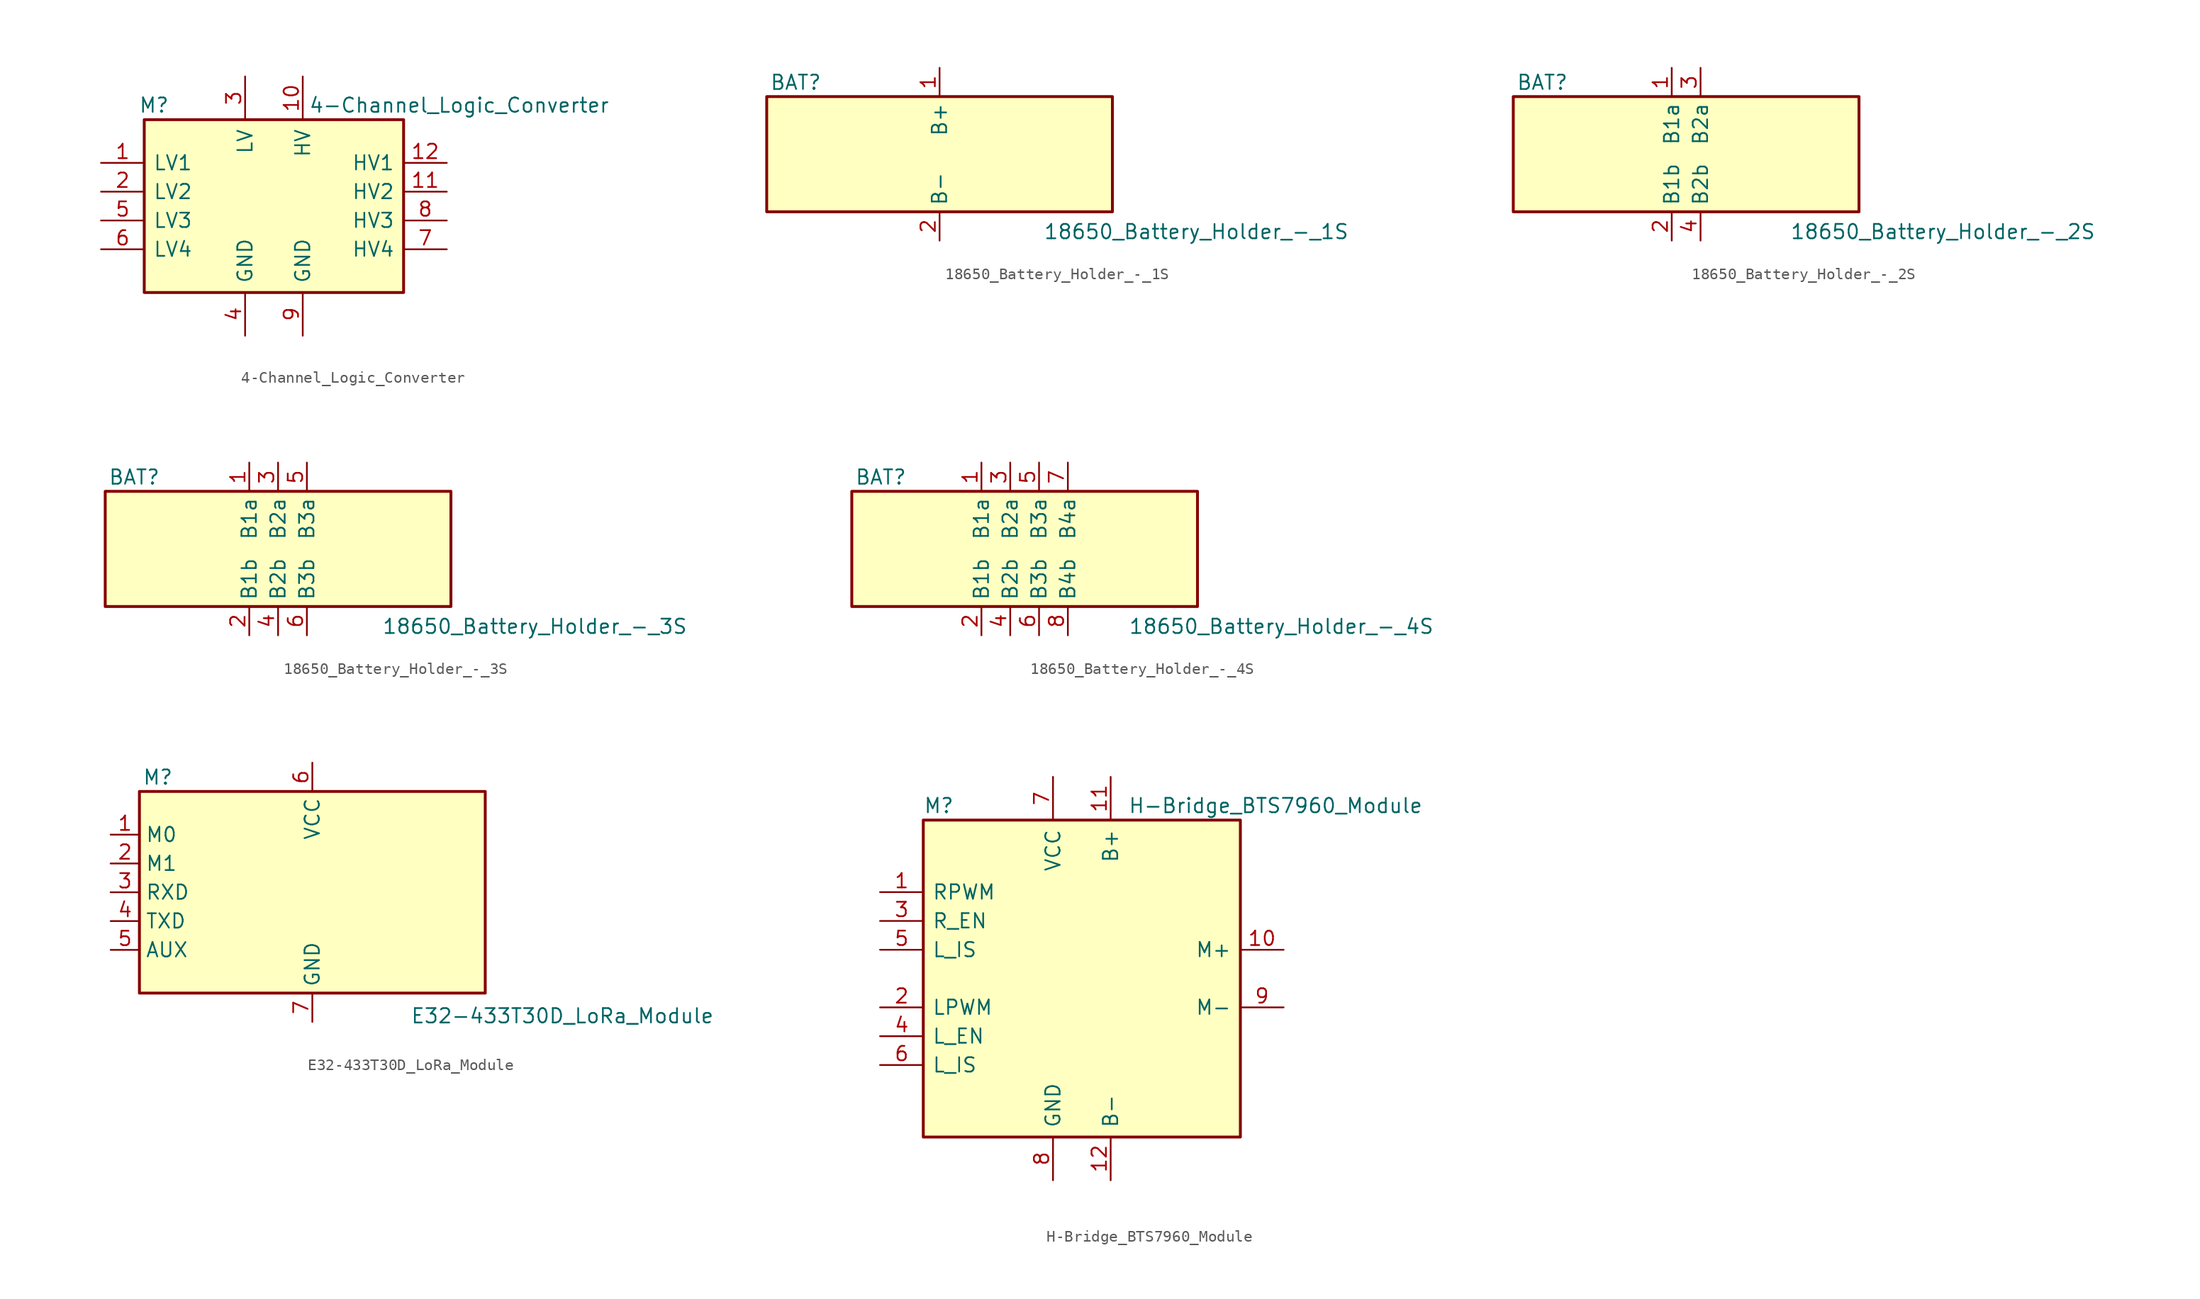
<source format=kicad_sym>
(kicad_symbol_lib
  (version 20241209)
  (generator "kicad_symbol_editor")
  (generator_version "9.0")
  (symbol "4-Channel_Logic_Converter"
    (pin_names
      (offset 0.762))
    (property "Reference" "M"
      (at -11.938 8.89 0)
      (effects (font (size 1.27 1.27)) (justify left)))
    (property "Value" "4-Channel_Logic_Converter"
      (at 3.048 8.89 0)
      (effects (font (size 1.27 1.27)) (justify left)))
    (symbol "4-Channel_Logic_Converter_0_1"
      (rectangle (start -11.43 7.62) (end 11.43 -7.62) (stroke (width 0.254) (type default)) (fill (type background))))
    (symbol "4-Channel_Logic_Converter_1_1"
      (pin bidirectional line (at -15.24 3.81 0) (length 3.81) (name "LV1" (effects (font (size 1.27 1.27)))) (number "1" (effects (font (size 1.27 1.27)))))
      (pin bidirectional line (at -15.24 1.27 0) (length 3.81) (name "LV2" (effects (font (size 1.27 1.27)))) (number "2" (effects (font (size 1.27 1.27)))))
      (pin bidirectional line (at -15.24 -1.27 0) (length 3.81) (name "LV3" (effects (font (size 1.27 1.27)))) (number "5" (effects (font (size 1.27 1.27)))))
      (pin bidirectional line (at -15.24 -3.81 0) (length 3.81) (name "LV4" (effects (font (size 1.27 1.27)))) (number "6" (effects (font (size 1.27 1.27)))))
      (pin power_in line (at -2.54 11.43 270) (length 3.81) (name "LV" (effects (font (size 1.27 1.27)))) (number "3" (effects (font (size 1.27 1.27)))))
      (pin power_in line (at -2.54 -11.43 90) (length 3.81) (name "GND" (effects (font (size 1.27 1.27)))) (number "4" (effects (font (size 1.27 1.27)))))
      (pin power_in line (at 2.54 11.43 270) (length 3.81) (name "HV" (effects (font (size 1.27 1.27)))) (number "10" (effects (font (size 1.27 1.27)))))
      (pin power_in line (at 2.54 -11.43 90) (length 3.81) (name "GND" (effects (font (size 1.27 1.27)))) (number "9" (effects (font (size 1.27 1.27)))))
      (pin bidirectional line (at 15.24 3.81 180) (length 3.81) (name "HV1" (effects (font (size 1.27 1.27)))) (number "12" (effects (font (size 1.27 1.27)))))
      (pin bidirectional line (at 15.24 1.27 180) (length 3.81) (name "HV2" (effects (font (size 1.27 1.27)))) (number "11" (effects (font (size 1.27 1.27)))))
      (pin bidirectional line (at 15.24 -1.27 180) (length 3.81) (name "HV3" (effects (font (size 1.27 1.27)))) (number "8" (effects (font (size 1.27 1.27)))))
      (pin bidirectional line (at 15.24 -3.81 180) (length 3.81) (name "HV4" (effects (font (size 1.27 1.27)))) (number "7" (effects (font (size 1.27 1.27)))))))
  (symbol "18650_Battery_Holder_-_1S"
    (property "Reference" "BAT"
      (at -14.986 5.588 0)
      (effects (font (size 1.27 1.27)) (justify left bottom)))
    (property "Value" "18650_Battery_Holder_-_1S"
      (at 9.144 -6.096 0)
      (effects (font (size 1.27 1.27)) (justify left top)))
    (symbol "18650_Battery_Holder_-_1S_0_1"
      (rectangle (start -15.24 5.08) (end 15.24 -5.08) (stroke (width 0.254) (type default)) (fill (type background))))
    (symbol "18650_Battery_Holder_-_1S_1_1"
      (pin power_in line (at 0 7.62 270) (length 2.54) (name "B+" (effects (font (size 1.27 1.27)))) (number "1" (effects (font (size 1.27 1.27)))))
      (pin power_in line (at 0 -7.62 90) (length 2.54) (name "B-" (effects (font (size 1.27 1.27)))) (number "2" (effects (font (size 1.27 1.27)))))))
  (symbol "18650_Battery_Holder_-_2S"
    (property "Reference" "BAT"
      (at -14.986 5.588 0)
      (effects (font (size 1.27 1.27)) (justify left bottom)))
    (property "Value" "18650_Battery_Holder_-_2S"
      (at 9.144 -6.096 0)
      (effects (font (size 1.27 1.27)) (justify left top)))
    (symbol "18650_Battery_Holder_-_2S_0_1"
      (rectangle (start -15.24 5.08) (end 15.24 -5.08) (stroke (width 0.254) (type default)) (fill (type background))))
    (symbol "18650_Battery_Holder_-_2S_1_1"
      (pin power_in line (at -1.27 7.62 270) (length 2.54) (name "B1a" (effects (font (size 1.27 1.27)))) (number "1" (effects (font (size 1.27 1.27)))))
      (pin power_in line (at -1.27 -7.62 90) (length 2.54) (name "B1b" (effects (font (size 1.27 1.27)))) (number "2" (effects (font (size 1.27 1.27)))))
      (pin power_in line (at 1.27 7.62 270) (length 2.54) (name "B2a" (effects (font (size 1.27 1.27)))) (number "3" (effects (font (size 1.27 1.27)))))
      (pin power_in line (at 1.27 -7.62 90) (length 2.54) (name "B2b" (effects (font (size 1.27 1.27)))) (number "4" (effects (font (size 1.27 1.27)))))))
  (symbol "18650_Battery_Holder_-_3S"
    (property "Reference" "BAT"
      (at -14.986 5.588 0)
      (effects (font (size 1.27 1.27)) (justify left bottom)))
    (property "Value" "18650_Battery_Holder_-_3S"
      (at 9.144 -6.096 0)
      (effects (font (size 1.27 1.27)) (justify left top)))
    (symbol "18650_Battery_Holder_-_3S_0_1"
      (rectangle (start -15.24 5.08) (end 15.24 -5.08) (stroke (width 0.254) (type default)) (fill (type background))))
    (symbol "18650_Battery_Holder_-_3S_1_1"
      (pin power_in line (at -2.54 7.62 270) (length 2.54) (name "B1a" (effects (font (size 1.27 1.27)))) (number "1" (effects (font (size 1.27 1.27)))))
      (pin power_in line (at -2.54 -7.62 90) (length 2.54) (name "B1b" (effects (font (size 1.27 1.27)))) (number "2" (effects (font (size 1.27 1.27)))))
      (pin power_in line (at 0 7.62 270) (length 2.54) (name "B2a" (effects (font (size 1.27 1.27)))) (number "3" (effects (font (size 1.27 1.27)))))
      (pin power_in line (at 0 -7.62 90) (length 2.54) (name "B2b" (effects (font (size 1.27 1.27)))) (number "4" (effects (font (size 1.27 1.27)))))
      (pin power_in line (at 2.54 7.62 270) (length 2.54) (name "B3a" (effects (font (size 1.27 1.27)))) (number "5" (effects (font (size 1.27 1.27)))))
      (pin power_in line (at 2.54 -7.62 90) (length 2.54) (name "B3b" (effects (font (size 1.27 1.27)))) (number "6" (effects (font (size 1.27 1.27)))))))
  (symbol "18650_Battery_Holder_-_4S"
    (property "Reference" "BAT"
      (at -14.986 5.588 0)
      (effects (font (size 1.27 1.27)) (justify left bottom)))
    (property "Value" "18650_Battery_Holder_-_4S"
      (at 9.144 -6.096 0)
      (effects (font (size 1.27 1.27)) (justify left top)))
    (symbol "18650_Battery_Holder_-_4S_0_1"
      (rectangle (start -15.24 5.08) (end 15.24 -5.08) (stroke (width 0.254) (type default)) (fill (type background))))
    (symbol "18650_Battery_Holder_-_4S_1_1"
      (pin power_in line (at -3.81 7.62 270) (length 2.54) (name "B1a" (effects (font (size 1.27 1.27)))) (number "1" (effects (font (size 1.27 1.27)))))
      (pin power_in line (at -3.81 -7.62 90) (length 2.54) (name "B1b" (effects (font (size 1.27 1.27)))) (number "2" (effects (font (size 1.27 1.27)))))
      (pin power_in line (at -1.27 7.62 270) (length 2.54) (name "B2a" (effects (font (size 1.27 1.27)))) (number "3" (effects (font (size 1.27 1.27)))))
      (pin power_in line (at -1.27 -7.62 90) (length 2.54) (name "B2b" (effects (font (size 1.27 1.27)))) (number "4" (effects (font (size 1.27 1.27)))))
      (pin power_in line (at 1.27 7.62 270) (length 2.54) (name "B3a" (effects (font (size 1.27 1.27)))) (number "5" (effects (font (size 1.27 1.27)))))
      (pin power_in line (at 1.27 -7.62 90) (length 2.54) (name "B3b" (effects (font (size 1.27 1.27)))) (number "6" (effects (font (size 1.27 1.27)))))
      (pin power_in line (at 3.81 7.62 270) (length 2.54) (name "B4a" (effects (font (size 1.27 1.27)))) (number "7" (effects (font (size 1.27 1.27)))))
      (pin power_in line (at 3.81 -7.62 90) (length 2.54) (name "B4b" (effects (font (size 1.27 1.27)))) (number "8" (effects (font (size 1.27 1.27)))))))
  (symbol "E32-433T30D_LoRa_Module"
    (property "Reference" "M"
      (at -14.986 9.398 0)
      (effects (font (size 1.27 1.27)) (justify left bottom)))
    (property "Value" "E32-433T30D_LoRa_Module"
      (at 8.636 -10.16 0)
      (effects (font (size 1.27 1.27)) (justify left top)))
    (symbol "E32-433T30D_LoRa_Module_0_1"
      (rectangle (start -15.24 8.89) (end 15.24 -8.89) (stroke (width 0.254) (type default)) (fill (type background))))
    (symbol "E32-433T30D_LoRa_Module_1_1"
      (pin bidirectional line (at -17.78 5.08 0) (length 2.54) (name "M0" (effects (font (size 1.27 1.27)))) (number "1" (effects (font (size 1.27 1.27)))))
      (pin bidirectional line (at -17.78 2.54 0) (length 2.54) (name "M1" (effects (font (size 1.27 1.27)))) (number "2" (effects (font (size 1.27 1.27)))))
      (pin bidirectional line (at -17.78 0 0) (length 2.54) (name "RXD" (effects (font (size 1.27 1.27)))) (number "3" (effects (font (size 1.27 1.27)))))
      (pin bidirectional line (at -17.78 -2.54 0) (length 2.54) (name "TXD" (effects (font (size 1.27 1.27)))) (number "4" (effects (font (size 1.27 1.27)))))
      (pin bidirectional line (at -17.78 -5.08 0) (length 2.54) (name "AUX" (effects (font (size 1.27 1.27)))) (number "5" (effects (font (size 1.27 1.27)))))
      (pin power_in line (at 0 11.43 270) (length 2.54) (name "VCC" (effects (font (size 1.27 1.27)))) (number "6" (effects (font (size 1.27 1.27)))))
      (pin power_in line (at 0 -11.43 90) (length 2.54) (name "GND" (effects (font (size 1.27 1.27)))) (number "7" (effects (font (size 1.27 1.27)))))))
  (symbol "H-Bridge_BTS7960_Module"
    (pin_names
      (offset 0.762))
    (property "Reference" "M"
      (at -13.97 15.24 0)
      (effects (font (size 1.27 1.27)) (justify left)))
    (property "Value" "H-Bridge_BTS7960_Module"
      (at 4.064 15.24 0)
      (effects (font (size 1.27 1.27)) (justify left)))
    (symbol "H-Bridge_BTS7960_Module_0_1"
      (rectangle (start -13.97 13.97) (end 13.97 -13.97) (stroke (width 0.254) (type default)) (fill (type background))))
    (symbol "H-Bridge_BTS7960_Module_1_1"
      (pin bidirectional line (at -17.78 7.62 0) (length 3.81) (name "RPWM" (effects (font (size 1.27 1.27)))) (number "1" (effects (font (size 1.27 1.27)))))
      (pin bidirectional line (at -17.78 5.08 0) (length 3.81) (name "R_EN" (effects (font (size 1.27 1.27)))) (number "3" (effects (font (size 1.27 1.27)))))
      (pin bidirectional line (at -17.78 2.54 0) (length 3.81) (name "L_IS" (effects (font (size 1.27 1.27)))) (number "5" (effects (font (size 1.27 1.27)))))
      (pin bidirectional line (at -17.78 -2.54 0) (length 3.81) (name "LPWM" (effects (font (size 1.27 1.27)))) (number "2" (effects (font (size 1.27 1.27)))))
      (pin bidirectional line (at -17.78 -5.08 0) (length 3.81) (name "L_EN" (effects (font (size 1.27 1.27)))) (number "4" (effects (font (size 1.27 1.27)))))
      (pin bidirectional line (at -17.78 -7.62 0) (length 3.81) (name "L_IS" (effects (font (size 1.27 1.27)))) (number "6" (effects (font (size 1.27 1.27)))))
      (pin power_in line (at -2.54 17.78 270) (length 3.81) (name "VCC" (effects (font (size 1.27 1.27)))) (number "7" (effects (font (size 1.27 1.27)))))
      (pin power_in line (at -2.54 -17.78 90) (length 3.81) (name "GND" (effects (font (size 1.27 1.27)))) (number "8" (effects (font (size 1.27 1.27)))))
      (pin power_in line (at 2.54 17.78 270) (length 3.81) (name "B+" (effects (font (size 1.27 1.27)))) (number "11" (effects (font (size 1.27 1.27)))))
      (pin power_in line (at 2.54 -17.78 90) (length 3.81) (name "B-" (effects (font (size 1.27 1.27)))) (number "12" (effects (font (size 1.27 1.27)))))
      (pin power_out line (at 17.78 2.54 180) (length 3.81) (name "M+" (effects (font (size 1.27 1.27)))) (number "10" (effects (font (size 1.27 1.27)))))
      (pin power_out line (at 17.78 -2.54 180) (length 3.81) (name "M-" (effects (font (size 1.27 1.27)))) (number "9" (effects (font (size 1.27 1.27))))))))
</source>
